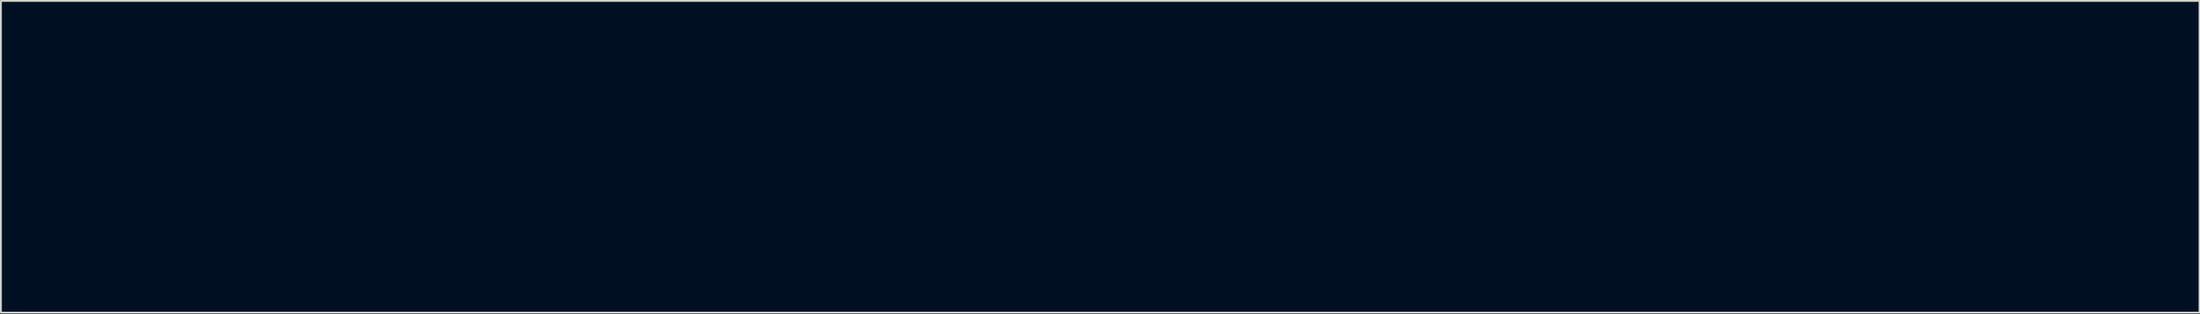
<source format=kicad_pcb>
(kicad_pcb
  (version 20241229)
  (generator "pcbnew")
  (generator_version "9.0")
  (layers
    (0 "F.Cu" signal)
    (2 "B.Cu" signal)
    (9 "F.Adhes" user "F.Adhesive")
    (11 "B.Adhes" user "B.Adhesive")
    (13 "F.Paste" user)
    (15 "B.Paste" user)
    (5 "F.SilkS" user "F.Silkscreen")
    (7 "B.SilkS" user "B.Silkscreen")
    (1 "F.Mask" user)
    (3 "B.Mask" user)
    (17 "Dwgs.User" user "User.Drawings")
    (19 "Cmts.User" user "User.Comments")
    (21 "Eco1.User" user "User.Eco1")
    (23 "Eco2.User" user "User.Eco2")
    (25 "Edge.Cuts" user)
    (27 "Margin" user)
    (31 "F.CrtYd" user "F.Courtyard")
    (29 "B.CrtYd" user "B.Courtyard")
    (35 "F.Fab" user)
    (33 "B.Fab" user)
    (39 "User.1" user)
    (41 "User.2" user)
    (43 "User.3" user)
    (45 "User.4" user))
  (footprint "logo_l_F_Mask"
    (layer "F.Cu")
    (at 56.219 7.537)
    (property "Reference" "logo_l_F_Mask" (at 0 0 0) (layer "F.Mask") (effects (font (size 1.524 1.524) (thickness 0.3))))
    (attr through_hole)
    (fp_poly (pts (xy -34.3 -3.297) (xy -33.848 -3.284) (xy -33.536 -3.263) (xy -33.377 -3.234) (xy -33.359 -3.217) (xy -33.431 -3.153) (xy -33.566 -3.133) (xy -33.907 -3.067) (xy -34.173 -2.889) (xy -34.288 -2.713) (xy -34.322 -2.54) (xy -34.346 -2.206) (xy -34.36 -1.71) (xy -34.363 -1.05) (xy -34.358 -0.32) (xy -34.348 0.391) (xy -34.335 0.952) (xy -34.314 1.381) (xy -34.279 1.698) (xy -34.226 1.92) (xy -34.149 2.067) (xy -34.045 2.159) (xy -33.907 2.213) (xy -33.731 2.248) (xy -33.683 2.256) (xy -33.434 2.306) (xy -33.348 2.351) (xy -33.42 2.389) (xy -33.642 2.42) (xy -34.01 2.441) (xy -34.516 2.453) (xy -34.883 2.455) (xy -35.369 2.451) (xy -35.792 2.441) (xy -36.123 2.424) (xy -36.337 2.404) (xy -36.407 2.382) (xy -36.332 2.322) (xy -36.148 2.267) (xy -36.098 2.258) (xy -35.829 2.171) (xy -35.599 2.029) (xy -35.59 2.021) (xy -35.391 1.833) (xy -35.391 -0.389) (xy -35.393 -0.991) (xy -35.398 -1.542) (xy -35.407 -2.018) (xy -35.417 -2.393) (xy -35.43 -2.646) (xy -35.443 -2.748) (xy -35.575 -2.904) (xy -35.809 -3.04) (xy -36.076 -3.122) (xy -36.191 -3.133) (xy -36.352 -3.161) (xy -36.407 -3.217) (xy -36.324 -3.25) (xy -36.083 -3.275) (xy -35.696 -3.292) (xy -35.174 -3.301) (xy -34.883 -3.302) (xy -34.3 -3.297)) (stroke (width 0.01) (type solid)) (fill yes) (layer "F.Mask"))
    (fp_poly (pts (xy 18.203 -4.633) (xy 18.13 -4.512) (xy 17.961 -4.381) (xy 17.682 -4.168) (xy 17.353 -3.844) (xy 17.007 -3.443) (xy 16.673 -3.004) (xy 16.383 -2.563) (xy 16.319 -2.452) (xy 16.178 -2.182) (xy 15.991 -1.796) (xy 15.771 -1.322) (xy 15.529 -0.788) (xy 15.278 -0.222) (xy 15.03 0.346) (xy 14.798 0.89) (xy 14.595 1.38) (xy 14.432 1.789) (xy 14.322 2.087) (xy 14.289 2.19) (xy 14.25 2.548) (xy 14.351 2.814) (xy 14.589 2.982) (xy 14.96 3.048) (xy 15.011 3.049) (xy 15.313 3.071) (xy 15.543 3.127) (xy 15.658 3.205) (xy 15.663 3.227) (xy 15.582 3.247) (xy 15.353 3.265) (xy 14.997 3.28) (xy 14.536 3.292) (xy 13.992 3.299) (xy 13.384 3.302) (xy 13.377 3.302) (xy 12.702 3.299) (xy 12.124 3.291) (xy 11.66 3.278) (xy 11.325 3.261) (xy 11.132 3.239) (xy 11.091 3.223) (xy 11.167 3.167) (xy 11.36 3.114) (xy 11.493 3.093) (xy 12.06 2.951) (xy 12.52 2.682) (xy 12.862 2.296) (xy 12.978 2.088) (xy 13.142 1.757) (xy 13.336 1.34) (xy 13.544 0.871) (xy 13.699 0.508) (xy 13.982 -0.162) (xy 14.218 -0.703) (xy 14.421 -1.143) (xy 14.604 -1.51) (xy 14.781 -1.833) (xy 14.967 -2.14) (xy 15.121 -2.379) (xy 15.584 -2.983) (xy 16.135 -3.544) (xy 16.74 -4.032) (xy 17.362 -4.421) (xy 17.965 -4.681) (xy 18.013 -4.696) (xy 18.166 -4.706) (xy 18.203 -4.633)) (stroke (width 0.01) (type solid)) (fill yes) (layer "F.Mask"))
    (fp_poly (pts (xy 46.141 -3.327) (xy 46.989 -3.149) (xy 47.729 -2.849) (xy 48.365 -2.424) (xy 48.612 -2.199) (xy 49.026 -1.685) (xy 49.275 -1.13) (xy 49.36 -0.54) (xy 49.278 0.083) (xy 49.181 0.389) (xy 48.871 0.982) (xy 48.418 1.486) (xy 47.82 1.904) (xy 47.077 2.234) (xy 47.021 2.253) (xy 46.698 2.354) (xy 46.398 2.423) (xy 46.07 2.467) (xy 45.663 2.494) (xy 45.254 2.507) (xy 44.544 2.508) (xy 43.98 2.471) (xy 43.603 2.409) (xy 42.896 2.19) (xy 42.258 1.877) (xy 41.717 1.486) (xy 41.298 1.036) (xy 41.104 0.72) (xy 40.987 0.354) (xy 40.93 -0.107) (xy 40.932 -0.55) (xy 42.207 -0.55) (xy 42.217 -0.127) (xy 42.253 0.186) (xy 42.324 0.449) (xy 42.402 0.635) (xy 42.752 1.201) (xy 43.227 1.658) (xy 43.811 1.994) (xy 44.054 2.085) (xy 44.394 2.153) (xy 44.84 2.183) (xy 45.336 2.177) (xy 45.828 2.139) (xy 46.261 2.069) (xy 46.571 1.974) (xy 47.135 1.645) (xy 47.558 1.222) (xy 47.841 0.705) (xy 47.985 0.091) (xy 48.005 -0.274) (xy 47.941 -0.988) (xy 47.744 -1.597) (xy 47.411 -2.108) (xy 46.941 -2.526) (xy 46.639 -2.709) (xy 46.362 -2.847) (xy 46.12 -2.935) (xy 45.853 -2.988) (xy 45.504 -3.019) (xy 45.296 -3.03) (xy 44.493 -3.009) (xy 43.803 -2.864) (xy 43.227 -2.593) (xy 42.764 -2.198) (xy 42.467 -1.778) (xy 42.34 -1.535) (xy 42.262 -1.326) (xy 42.222 -1.093) (xy 42.208 -0.781) (xy 42.207 -0.55) (xy 40.932 -0.55) (xy 40.932 -0.604) (xy 40.992 -1.075) (xy 41.108 -1.458) (xy 41.134 -1.511) (xy 41.531 -2.081) (xy 42.059 -2.553) (xy 42.712 -2.923) (xy 43.482 -3.188) (xy 44.359 -3.343) (xy 45.177 -3.385) (xy 46.141 -3.327)) (stroke (width 0.01) (type solid)) (fill yes) (layer "F.Mask"))
    (fp_poly (pts (xy 18.073 -5.901) (xy 19 -5.778) (xy 19.852 -5.563) (xy 20.604 -5.256) (xy 20.929 -5.069) (xy 21.455 -4.647) (xy 21.837 -4.16) (xy 22.077 -3.631) (xy 22.179 -3.079) (xy 22.145 -2.524) (xy 21.978 -1.987) (xy 21.682 -1.488) (xy 21.259 -1.048) (xy 20.712 -0.687) (xy 20.278 -0.499) (xy 19.91 -0.4) (xy 19.468 -0.33) (xy 18.982 -0.289) (xy 18.483 -0.275) (xy 18.002 -0.288) (xy 17.569 -0.327) (xy 17.214 -0.391) (xy 16.969 -0.48) (xy 16.867 -0.581) (xy 16.877 -0.651) (xy 16.998 -0.653) (xy 17.114 -0.63) (xy 17.338 -0.599) (xy 17.665 -0.578) (xy 18.03 -0.571) (xy 18.076 -0.571) (xy 18.821 -0.646) (xy 19.48 -0.854) (xy 20.041 -1.189) (xy 20.492 -1.644) (xy 20.69 -1.945) (xy 20.837 -2.233) (xy 20.915 -2.486) (xy 20.945 -2.781) (xy 20.948 -3.003) (xy 20.898 -3.542) (xy 20.739 -3.989) (xy 20.448 -4.396) (xy 20.264 -4.584) (xy 19.737 -4.974) (xy 19.085 -5.271) (xy 18.323 -5.473) (xy 17.471 -5.575) (xy 16.546 -5.574) (xy 15.566 -5.468) (xy 15.536 -5.463) (xy 14.541 -5.244) (xy 13.643 -4.93) (xy 12.855 -4.529) (xy 12.19 -4.048) (xy 11.66 -3.495) (xy 11.298 -2.921) (xy 11.11 -2.407) (xy 11.013 -1.85) (xy 11.01 -1.302) (xy 11.104 -0.816) (xy 11.175 -0.638) (xy 11.338 -0.37) (xy 11.531 -0.143) (xy 11.607 -0.079) (xy 11.811 0.091) (xy 11.864 0.199) (xy 11.775 0.236) (xy 11.553 0.199) (xy 11.311 0.121) (xy 10.804 -0.143) (xy 10.404 -0.516) (xy 10.224 -0.788) (xy 10.119 -1.031) (xy 10.06 -1.299) (xy 10.036 -1.654) (xy 10.035 -1.82) (xy 10.086 -2.435) (xy 10.253 -2.976) (xy 10.552 -3.478) (xy 10.99 -3.969) (xy 11.606 -4.468) (xy 12.35 -4.9) (xy 13.196 -5.26) (xy 14.119 -5.547) (xy 15.093 -5.757) (xy 16.094 -5.888) (xy 17.096 -5.937) (xy 18.073 -5.901)) (stroke (width 0.01) (type solid)) (fill yes) (layer "F.Mask"))
    (fp_poly (pts (xy -10.83 -3.32) (xy -10.073 -3.185) (xy -9.396 -2.982) (xy -9.025 -2.818) (xy -8.734 -2.624) (xy -8.405 -2.338) (xy -8.09 -2.012) (xy -7.842 -1.699) (xy -7.762 -1.568) (xy -7.632 -1.192) (xy -7.571 -0.722) (xy -7.578 -0.218) (xy -7.652 0.259) (xy -7.775 0.612) (xy -8.137 1.16) (xy -8.64 1.631) (xy -9.27 2.017) (xy -10.01 2.305) (xy -10.388 2.404) (xy -10.916 2.486) (xy -11.535 2.525) (xy -12.178 2.523) (xy -12.777 2.478) (xy -13.166 2.415) (xy -13.963 2.179) (xy -14.641 1.855) (xy -15.192 1.449) (xy -15.607 0.971) (xy -15.878 0.428) (xy -15.997 -0.171) (xy -16.002 -0.326) (xy -15.968 -0.595) (xy -14.682 -0.595) (xy -14.653 -0.09) (xy -14.57 0.365) (xy -14.535 0.48) (xy -14.265 1.015) (xy -13.86 1.48) (xy -13.348 1.851) (xy -12.759 2.101) (xy -12.668 2.125) (xy -12.469 2.153) (xy -12.153 2.17) (xy -11.773 2.176) (xy -11.557 2.173) (xy -11.122 2.155) (xy -10.8 2.119) (xy -10.538 2.055) (xy -10.281 1.953) (xy -10.245 1.936) (xy -9.693 1.607) (xy -9.286 1.195) (xy -9.018 0.691) (xy -8.884 0.087) (xy -8.865 -0.293) (xy -8.877 -0.704) (xy -8.922 -1.018) (xy -9.013 -1.303) (xy -9.076 -1.45) (xy -9.404 -2.018) (xy -9.815 -2.452) (xy -10.314 -2.769) (xy -10.534 -2.871) (xy -10.729 -2.939) (xy -10.943 -2.979) (xy -11.221 -2.999) (xy -11.606 -3.005) (xy -11.811 -3.006) (xy -12.267 -3.002) (xy -12.598 -2.985) (xy -12.847 -2.951) (xy -13.057 -2.893) (xy -13.268 -2.806) (xy -13.658 -2.573) (xy -14.033 -2.25) (xy -14.346 -1.884) (xy -14.552 -1.523) (xy -14.569 -1.477) (xy -14.654 -1.08) (xy -14.682 -0.595) (xy -15.968 -0.595) (xy -15.922 -0.969) (xy -15.688 -1.56) (xy -15.311 -2.089) (xy -14.804 -2.544) (xy -14.177 -2.915) (xy -13.441 -3.189) (xy -13.101 -3.272) (xy -12.392 -3.37) (xy -11.619 -3.384) (xy -10.83 -3.32)) (stroke (width 0.01) (type solid)) (fill yes) (layer "F.Mask"))
    (fp_poly (pts (xy -29.636 -3.298) (xy -29.137 -3.286) (xy -28.782 -3.267) (xy -28.579 -3.241) (xy -28.533 -3.217) (xy -28.606 -3.157) (xy -28.781 -3.133) (xy -29.185 -3.068) (xy -29.518 -2.891) (xy -29.578 -2.837) (xy -29.621 -2.777) (xy -29.654 -2.681) (xy -29.679 -2.528) (xy -29.697 -2.299) (xy -29.708 -1.973) (xy -29.715 -1.53) (xy -29.718 -0.951) (xy -29.718 -0.508) (xy -29.717 0.191) (xy -29.713 0.74) (xy -29.701 1.158) (xy -29.676 1.464) (xy -29.635 1.677) (xy -29.573 1.817) (xy -29.487 1.902) (xy -29.372 1.951) (xy -29.223 1.985) (xy -29.17 1.995) (xy -28.977 2.013) (xy -28.658 2.024) (xy -28.254 2.027) (xy -27.808 2.021) (xy -27.755 2.019) (xy -27.152 1.991) (xy -26.684 1.931) (xy -26.317 1.819) (xy -26.017 1.636) (xy -25.75 1.364) (xy -25.481 0.983) (xy -25.267 0.631) (xy -25.178 0.539) (xy -25.128 0.555) (xy -25.125 0.681) (xy -25.172 0.92) (xy -25.256 1.23) (xy -25.363 1.568) (xy -25.479 1.891) (xy -25.589 2.156) (xy -25.681 2.32) (xy -25.706 2.346) (xy -25.785 2.376) (xy -25.941 2.401) (xy -26.188 2.42) (xy -26.539 2.435) (xy -27.009 2.445) (xy -27.611 2.452) (xy -28.361 2.455) (xy -28.888 2.455) (xy -29.599 2.453) (xy -30.248 2.448) (xy -30.816 2.439) (xy -31.285 2.427) (xy -31.638 2.413) (xy -31.855 2.396) (xy -31.919 2.381) (xy -31.845 2.318) (xy -31.657 2.244) (xy -31.536 2.21) (xy -31.235 2.096) (xy -31.036 1.915) (xy -30.986 1.84) (xy -30.933 1.741) (xy -30.892 1.627) (xy -30.863 1.473) (xy -30.842 1.258) (xy -30.829 0.958) (xy -30.822 0.55) (xy -30.819 0.012) (xy -30.819 -0.439) (xy -30.822 -1.033) (xy -30.832 -1.573) (xy -30.847 -2.033) (xy -30.867 -2.387) (xy -30.89 -2.611) (xy -30.903 -2.666) (xy -31.055 -2.862) (xy -31.318 -3.024) (xy -31.632 -3.119) (xy -31.79 -3.133) (xy -31.95 -3.161) (xy -32.004 -3.217) (xy -31.921 -3.248) (xy -31.678 -3.272) (xy -31.285 -3.29) (xy -30.752 -3.3) (xy -30.268 -3.302) (xy -29.636 -3.298)) (stroke (width 0.01) (type solid)) (fill yes) (layer "F.Mask"))
    (fp_poly (pts (xy -21.873 -3.299) (xy -21.414 -3.289) (xy -21.043 -3.274) (xy -20.785 -3.256) (xy -20.664 -3.234) (xy -20.659 -3.228) (xy -20.734 -3.173) (xy -20.921 -3.122) (xy -21.001 -3.109) (xy -21.387 -3.015) (xy -21.637 -2.842) (xy -21.774 -2.572) (xy -21.802 -2.436) (xy -21.816 -2.245) (xy -21.827 -1.915) (xy -21.833 -1.478) (xy -21.835 -0.963) (xy -21.831 -0.401) (xy -21.828 -0.193) (xy -21.818 0.426) (xy -21.807 0.899) (xy -21.792 1.246) (xy -21.772 1.491) (xy -21.744 1.655) (xy -21.707 1.76) (xy -21.659 1.83) (xy -21.65 1.839) (xy -21.576 1.895) (xy -21.467 1.935) (xy -21.297 1.963) (xy -21.04 1.979) (xy -20.669 1.987) (xy -20.159 1.99) (xy -20.077 1.99) (xy -18.655 1.99) (xy -18.245 1.736) (xy -17.921 1.485) (xy -17.667 1.157) (xy -17.575 0.996) (xy -17.395 0.687) (xy -17.273 0.534) (xy -17.204 0.537) (xy -17.187 0.652) (xy -17.215 0.845) (xy -17.287 1.131) (xy -17.388 1.464) (xy -17.504 1.798) (xy -17.618 2.089) (xy -17.715 2.29) (xy -17.76 2.349) (xy -17.872 2.374) (xy -18.126 2.396) (xy -18.499 2.414) (xy -18.968 2.43) (xy -19.51 2.443) (xy -20.103 2.452) (xy -20.724 2.458) (xy -21.35 2.461) (xy -21.958 2.459) (xy -22.524 2.455) (xy -23.028 2.446) (xy -23.445 2.433) (xy -23.753 2.417) (xy -23.928 2.396) (xy -23.961 2.381) (xy -23.886 2.318) (xy -23.698 2.244) (xy -23.581 2.211) (xy -23.381 2.154) (xy -23.224 2.083) (xy -23.106 1.978) (xy -23.02 1.818) (xy -22.96 1.584) (xy -22.921 1.254) (xy -22.898 0.81) (xy -22.883 0.231) (xy -22.876 -0.262) (xy -22.868 -0.99) (xy -22.871 -1.567) (xy -22.887 -2.014) (xy -22.919 -2.35) (xy -22.97 -2.595) (xy -23.044 -2.767) (xy -23.144 -2.887) (xy -23.273 -2.974) (xy -23.318 -2.996) (xy -23.589 -3.09) (xy -23.855 -3.133) (xy -23.868 -3.133) (xy -24.05 -3.156) (xy -24.13 -3.214) (xy -24.13 -3.217) (xy -24.047 -3.248) (xy -23.804 -3.272) (xy -23.411 -3.29) (xy -22.878 -3.3) (xy -22.394 -3.302) (xy -21.873 -3.299)) (stroke (width 0.01) (type solid)) (fill yes) (layer "F.Mask"))
    (fp_poly (pts (xy 36.686 -3.338) (xy 37.094 -3.322) (xy 37.421 -3.289) (xy 37.711 -3.235) (xy 38.009 -3.156) (xy 38.021 -3.153) (xy 38.359 -3.061) (xy 38.661 -2.994) (xy 38.87 -2.964) (xy 38.889 -2.963) (xy 39.116 -2.963) (xy 39.116 -2.074) (xy 39.112 -1.709) (xy 39.102 -1.417) (xy 39.086 -1.232) (xy 39.073 -1.185) (xy 39.017 -1.256) (xy 38.92 -1.439) (xy 38.829 -1.63) (xy 38.509 -2.153) (xy 38.066 -2.564) (xy 37.634 -2.811) (xy 37.427 -2.896) (xy 37.221 -2.952) (xy 36.974 -2.985) (xy 36.643 -2.999) (xy 36.195 -3.002) (xy 35.726 -2.995) (xy 35.38 -2.975) (xy 35.108 -2.935) (xy 34.865 -2.869) (xy 34.674 -2.799) (xy 34.144 -2.515) (xy 33.688 -2.127) (xy 33.338 -1.669) (xy 33.142 -1.223) (xy 33.031 -0.562) (xy 33.079 0.073) (xy 33.276 0.661) (xy 33.61 1.183) (xy 34.073 1.616) (xy 34.654 1.94) (xy 34.707 1.961) (xy 35.167 2.085) (xy 35.725 2.152) (xy 36.322 2.161) (xy 36.899 2.112) (xy 37.395 2.005) (xy 37.529 1.959) (xy 38.012 1.718) (xy 38.463 1.404) (xy 38.836 1.054) (xy 39.05 0.763) (xy 39.203 0.527) (xy 39.312 0.429) (xy 39.365 0.475) (xy 39.369 0.529) (xy 39.34 0.69) (xy 39.266 0.955) (xy 39.166 1.271) (xy 39.055 1.586) (xy 38.952 1.846) (xy 38.906 1.943) (xy 38.773 2.118) (xy 38.563 2.254) (xy 38.258 2.355) (xy 37.84 2.427) (xy 37.29 2.474) (xy 36.59 2.5) (xy 36.576 2.5) (xy 36.105 2.507) (xy 35.68 2.508) (xy 35.337 2.503) (xy 35.11 2.493) (xy 35.052 2.487) (xy 34.654 2.397) (xy 34.215 2.277) (xy 33.79 2.145) (xy 33.436 2.017) (xy 33.256 1.938) (xy 32.862 1.684) (xy 32.469 1.341) (xy 32.131 0.96) (xy 31.904 0.606) (xy 31.788 0.312) (xy 31.729 -0.009) (xy 31.712 -0.423) (xy 31.759 -0.99) (xy 31.913 -1.468) (xy 32.195 -1.902) (xy 32.518 -2.241) (xy 33.02 -2.638) (xy 33.584 -2.94) (xy 34.232 -3.153) (xy 34.986 -3.284) (xy 35.867 -3.34) (xy 36.153 -3.343) (xy 36.686 -3.338)) (stroke (width 0.01) (type solid)) (fill yes) (layer "F.Mask"))
    (fp_poly (pts (xy 57.281 -3.267) (xy 57.26 -3.058) (xy 57.229 -2.758) (xy 57.211 -2.6) (xy 57.154 -2.207) (xy 57.09 -1.969) (xy 57.021 -1.888) (xy 56.95 -1.969) (xy 56.884 -2.206) (xy 56.775 -2.469) (xy 56.602 -2.687) (xy 56.518 -2.753) (xy 56.425 -2.802) (xy 56.299 -2.836) (xy 56.113 -2.858) (xy 55.842 -2.871) (xy 55.461 -2.877) (xy 54.945 -2.879) (xy 54.735 -2.879) (xy 54.167 -2.878) (xy 53.745 -2.873) (xy 53.446 -2.863) (xy 53.246 -2.845) (xy 53.122 -2.817) (xy 53.05 -2.777) (xy 53.008 -2.722) (xy 53.004 -2.715) (xy 52.968 -2.565) (xy 52.939 -2.289) (xy 52.921 -1.931) (xy 52.917 -1.657) (xy 52.917 -0.762) (xy 54.038 -0.762) (xy 54.629 -0.773) (xy 55.073 -0.81) (xy 55.394 -0.88) (xy 55.615 -0.991) (xy 55.756 -1.149) (xy 55.834 -1.333) (xy 55.91 -1.542) (xy 55.968 -1.592) (xy 56.01 -1.482) (xy 56.037 -1.208) (xy 56.049 -0.77) (xy 56.049 -0.593) (xy 56.043 -0.147) (xy 56.023 0.183) (xy 55.993 0.378) (xy 55.965 0.423) (xy 55.891 0.354) (xy 55.88 0.29) (xy 55.824 0.149) (xy 55.683 -0.038) (xy 55.633 -0.091) (xy 55.385 -0.339) (xy 52.917 -0.339) (xy 52.917 0.664) (xy 52.917 1.102) (xy 52.932 1.431) (xy 52.982 1.667) (xy 53.09 1.825) (xy 53.275 1.921) (xy 53.559 1.97) (xy 53.963 1.988) (xy 54.509 1.99) (xy 54.725 1.99) (xy 55.26 1.988) (xy 55.656 1.982) (xy 55.943 1.967) (xy 56.151 1.941) (xy 56.311 1.899) (xy 56.453 1.84) (xy 56.543 1.794) (xy 56.92 1.503) (xy 57.169 1.18) (xy 57.321 0.955) (xy 57.445 0.803) (xy 57.501 0.762) (xy 57.545 0.766) (xy 57.563 0.797) (xy 57.55 0.887) (xy 57.5 1.066) (xy 57.407 1.364) (xy 57.359 1.517) (xy 57.208 1.931) (xy 57.06 2.213) (xy 56.959 2.325) (xy 56.888 2.361) (xy 56.776 2.389) (xy 56.605 2.411) (xy 56.358 2.428) (xy 56.019 2.44) (xy 55.57 2.448) (xy 54.996 2.453) (xy 54.279 2.455) (xy 53.787 2.455) (xy 52.908 2.453) (xy 52.176 2.446) (xy 51.594 2.434) (xy 51.169 2.418) (xy 50.903 2.398) (xy 50.801 2.374) (xy 50.8 2.371) (xy 50.873 2.307) (xy 51.016 2.286) (xy 51.276 2.24) (xy 51.534 2.123) (xy 51.72 1.972) (xy 51.763 1.901) (xy 51.777 1.783) (xy 51.79 1.518) (xy 51.801 1.132) (xy 51.809 0.648) (xy 51.814 0.089) (xy 51.816 -0.509) (xy 51.816 -2.782) (xy 51.593 -2.957) (xy 51.334 -3.088) (xy 51.085 -3.133) (xy 50.894 -3.154) (xy 50.801 -3.205) (xy 50.8 -3.213) (xy 50.882 -3.229) (xy 51.116 -3.246) (xy 51.484 -3.263) (xy 51.97 -3.279) (xy 52.555 -3.294) (xy 53.224 -3.307) (xy 53.957 -3.319) (xy 54.739 -3.329) (xy 55.551 -3.337) (xy 56.377 -3.342) (xy 57.198 -3.344) (xy 57.285 -3.344) (xy 57.281 -3.267)) (stroke (width 0.01) (type solid)) (fill yes) (layer "F.Mask"))
    (fp_poly (pts (xy 29.592 -3.331) (xy 29.85 -3.329) (xy 29.96 -3.326) (xy 29.963 -3.325) (xy 29.969 -3.239) (xy 29.958 -3.024) (xy 29.932 -2.723) (xy 29.92 -2.612) (xy 29.865 -2.235) (xy 29.801 -1.992) (xy 29.732 -1.891) (xy 29.666 -1.943) (xy 29.609 -2.153) (xy 29.604 -2.184) (xy 29.563 -2.39) (xy 29.502 -2.547) (xy 29.399 -2.663) (xy 29.232 -2.745) (xy 28.981 -2.798) (xy 28.623 -2.831) (xy 28.139 -2.85) (xy 27.522 -2.862) (xy 26.944 -2.87) (xy 26.511 -2.871) (xy 26.201 -2.865) (xy 25.991 -2.849) (xy 25.856 -2.823) (xy 25.774 -2.784) (xy 25.732 -2.744) (xy 25.671 -2.61) (xy 25.633 -2.37) (xy 25.615 -1.998) (xy 25.612 -1.702) (xy 25.612 -0.804) (xy 28.124 -0.804) (xy 28.37 -1.081) (xy 28.523 -1.279) (xy 28.61 -1.444) (xy 28.617 -1.483) (xy 28.663 -1.595) (xy 28.702 -1.609) (xy 28.739 -1.527) (xy 28.767 -1.296) (xy 28.783 -0.935) (xy 28.787 -0.593) (xy 28.78 -0.159) (xy 28.761 0.17) (xy 28.733 0.37) (xy 28.704 0.423) (xy 28.623 0.351) (xy 28.567 0.21) (xy 28.462 0.004) (xy 28.3 -0.171) (xy 28.201 -0.237) (xy 28.078 -0.283) (xy 27.902 -0.313) (xy 27.642 -0.33) (xy 27.269 -0.337) (xy 26.828 -0.339) (xy 25.569 -0.339) (xy 25.57 0.445) (xy 25.582 0.985) (xy 25.624 1.38) (xy 25.702 1.655) (xy 25.823 1.832) (xy 25.994 1.935) (xy 26.007 1.94) (xy 26.245 1.987) (xy 26.608 2.018) (xy 27.054 2.032) (xy 27.538 2.03) (xy 28.019 2.014) (xy 28.452 1.982) (xy 28.796 1.936) (xy 28.931 1.905) (xy 29.356 1.701) (xy 29.752 1.348) (xy 30.069 0.931) (xy 30.178 0.795) (xy 30.248 0.761) (xy 30.249 0.762) (xy 30.256 0.872) (xy 30.209 1.092) (xy 30.123 1.379) (xy 30.014 1.689) (xy 29.897 1.977) (xy 29.787 2.2) (xy 29.709 2.307) (xy 29.649 2.347) (xy 29.564 2.378) (xy 29.436 2.403) (xy 29.248 2.422) (xy 28.982 2.436) (xy 28.621 2.445) (xy 28.148 2.451) (xy 27.546 2.454) (xy 26.797 2.455) (xy 26.534 2.455) (xy 25.84 2.453) (xy 25.203 2.448) (xy 24.643 2.439) (xy 24.176 2.427) (xy 23.824 2.413) (xy 23.605 2.397) (xy 23.537 2.381) (xy 23.612 2.323) (xy 23.799 2.268) (xy 23.877 2.253) (xy 24.141 2.176) (xy 24.357 2.056) (xy 24.385 2.031) (xy 24.436 1.972) (xy 24.475 1.896) (xy 24.504 1.783) (xy 24.525 1.611) (xy 24.539 1.36) (xy 24.548 1.011) (xy 24.552 0.543) (xy 24.553 -0.064) (xy 24.553 -0.414) (xy 24.553 -1.146) (xy 24.547 -1.726) (xy 24.533 -2.174) (xy 24.505 -2.507) (xy 24.459 -2.744) (xy 24.39 -2.903) (xy 24.295 -3.001) (xy 24.169 -3.058) (xy 24.007 -3.091) (xy 23.896 -3.107) (xy 23.643 -3.148) (xy 23.536 -3.184) (xy 23.579 -3.216) (xy 23.774 -3.243) (xy 24.124 -3.266) (xy 24.633 -3.285) (xy 25.303 -3.301) (xy 26.138 -3.313) (xy 26.733 -3.318) (xy 27.452 -3.324) (xy 28.116 -3.328) (xy 28.706 -3.33) (xy 29.205 -3.331) (xy 29.592 -3.331)) (stroke (width 0.01) (type solid)) (fill yes) (layer "F.Mask"))
    (fp_poly (pts (xy 4.011 -3.297) (xy 4.425 -3.282) (xy 4.699 -3.258) (xy 4.821 -3.226) (xy 4.826 -3.217) (xy 4.753 -3.154) (xy 4.61 -3.133) (xy 4.263 -3.056) (xy 3.923 -2.844) (xy 3.696 -2.604) (xy 3.607 -2.459) (xy 3.457 -2.183) (xy 3.256 -1.797) (xy 3.015 -1.323) (xy 2.746 -0.783) (xy 2.459 -0.197) (xy 2.364 0) (xy 2.03 0.69) (xy 1.762 1.243) (xy 1.551 1.673) (xy 1.388 1.996) (xy 1.266 2.228) (xy 1.177 2.383) (xy 1.112 2.476) (xy 1.063 2.523) (xy 1.023 2.539) (xy 1.005 2.54) (xy 0.949 2.467) (xy 0.829 2.263) (xy 0.656 1.947) (xy 0.441 1.541) (xy 0.195 1.063) (xy -0.021 0.634) (xy -0.972 -1.271) (xy -1.926 0.634) (xy -2.189 1.155) (xy -2.431 1.621) (xy -2.641 2.012) (xy -2.807 2.309) (xy -2.919 2.491) (xy -2.962 2.54) (xy -3.054 2.472) (xy -3.162 2.309) (xy -3.163 2.307) (xy -3.229 2.172) (xy -3.357 1.905) (xy -3.536 1.529) (xy -3.755 1.065) (xy -4.005 0.537) (xy -4.274 -0.034) (xy -4.309 -0.109) (xy -4.585 -0.691) (xy -4.848 -1.237) (xy -5.087 -1.726) (xy -5.29 -2.132) (xy -5.447 -2.434) (xy -5.544 -2.607) (xy -5.55 -2.616) (xy -5.835 -2.936) (xy -6.172 -3.102) (xy -6.439 -3.133) (xy -6.615 -3.158) (xy -6.689 -3.217) (xy -6.606 -3.249) (xy -6.364 -3.274) (xy -5.975 -3.291) (xy -5.447 -3.3) (xy -5.08 -3.302) (xy -4.477 -3.298) (xy -4.006 -3.285) (xy -3.677 -3.264) (xy -3.5 -3.237) (xy -3.471 -3.217) (xy -3.545 -3.16) (xy -3.726 -3.133) (xy -3.749 -3.133) (xy -4.022 -3.087) (xy -4.252 -2.969) (xy -4.387 -2.812) (xy -4.403 -2.737) (xy -4.369 -2.622) (xy -4.275 -2.388) (xy -4.133 -2.061) (xy -3.954 -1.664) (xy -3.751 -1.222) (xy -3.535 -0.761) (xy -3.317 -0.304) (xy -3.11 0.122) (xy -2.925 0.493) (xy -2.774 0.786) (xy -2.669 0.973) (xy -2.621 1.032) (xy -2.621 1.031) (xy -2.571 0.94) (xy -2.46 0.721) (xy -2.302 0.4) (xy -2.108 0.003) (xy -1.91 -0.407) (xy -1.246 -1.788) (xy -1.445 -2.213) (xy -1.656 -2.57) (xy -1.912 -2.864) (xy -2.179 -3.062) (xy -2.416 -3.133) (xy -2.574 -3.162) (xy -2.625 -3.217) (xy -2.542 -3.25) (xy -2.301 -3.275) (xy -1.914 -3.292) (xy -1.392 -3.301) (xy -1.096 -3.302) (xy -0.492 -3.297) (xy -0.042 -3.284) (xy 0.249 -3.262) (xy 0.377 -3.232) (xy 0.381 -3.217) (xy 0.268 -3.159) (xy 0.065 -3.133) (xy 0.05 -3.133) (xy -0.217 -3.076) (xy -0.407 -2.931) (xy -0.483 -2.733) (xy -0.468 -2.633) (xy -0.406 -2.478) (xy -0.287 -2.214) (xy -0.123 -1.864) (xy 0.074 -1.455) (xy 0.29 -1.011) (xy 0.515 -0.558) (xy 0.734 -0.12) (xy 0.936 0.277) (xy 1.109 0.609) (xy 1.239 0.85) (xy 1.315 0.975) (xy 1.328 0.986) (xy 1.375 0.9) (xy 1.484 0.684) (xy 1.643 0.36) (xy 1.84 -0.05) (xy 2.066 -0.522) (xy 2.167 -0.735) (xy 2.449 -1.342) (xy 2.676 -1.858) (xy 2.841 -2.267) (xy 2.938 -2.554) (xy 2.963 -2.685) (xy 2.904 -2.935) (xy 2.721 -3.081) (xy 2.403 -3.132) (xy 2.376 -3.133) (xy 2.195 -3.157) (xy 2.117 -3.215) (xy 2.117 -3.217) (xy 2.199 -3.251) (xy 2.437 -3.277) (xy 2.818 -3.294) (xy 3.328 -3.302) (xy 3.471 -3.302) (xy 4.011 -3.297)) (stroke (width 0.01) (type solid)) (fill yes) (layer "F.Mask"))
    (fp_poly (pts (xy -38.042 -7.495) (xy -37.706 -7.403) (xy -37.524 -7.307) (xy -37.236 -7.053) (xy -37.061 -6.783) (xy -36.976 -6.447) (xy -36.957 -6.068) (xy -36.968 -5.727) (xy -37.013 -5.45) (xy -37.109 -5.164) (xy -37.266 -4.815) (xy -37.578 -4.23) (xy -38.005 -3.539) (xy -38.54 -2.751) (xy -39.177 -1.878) (xy -39.312 -1.699) (xy -39.567 -1.367) (xy -39.884 -0.96) (xy -40.249 -0.496) (xy -40.648 0.008) (xy -41.066 0.533) (xy -41.489 1.062) (xy -41.903 1.578) (xy -42.294 2.063) (xy -42.647 2.498) (xy -42.949 2.866) (xy -43.185 3.151) (xy -43.341 3.333) (xy -43.397 3.391) (xy -43.546 3.449) (xy -43.608 3.416) (xy -43.637 3.317) (xy -43.684 3.068) (xy -43.747 2.688) (xy -43.823 2.198) (xy -43.909 1.614) (xy -44.001 0.956) (xy -44.098 0.244) (xy -44.114 0.122) (xy -44.209 -0.596) (xy -44.298 -1.262) (xy -44.378 -1.855) (xy -44.446 -2.358) (xy -44.5 -2.752) (xy -44.538 -3.019) (xy -44.556 -3.139) (xy -44.558 -3.144) (xy -44.609 -3.088) (xy -44.747 -2.908) (xy -44.964 -2.616) (xy -45.247 -2.226) (xy -45.589 -1.753) (xy -45.978 -1.209) (xy -46.406 -0.609) (xy -46.736 -0.143) (xy -47.317 0.679) (xy -47.809 1.372) (xy -48.219 1.947) (xy -48.556 2.412) (xy -48.827 2.778) (xy -49.04 3.054) (xy -49.203 3.25) (xy -49.324 3.376) (xy -49.411 3.442) (xy -49.472 3.457) (xy -49.515 3.431) (xy -49.548 3.374) (xy -49.565 3.333) (xy -49.586 3.218) (xy -49.622 2.955) (xy -49.67 2.565) (xy -49.728 2.069) (xy -49.793 1.488) (xy -49.863 0.842) (xy -49.914 0.362) (xy -50.017 -0.603) (xy -50.109 -1.417) (xy -50.194 -2.095) (xy -50.273 -2.656) (xy -50.35 -3.114) (xy -50.427 -3.489) (xy -50.506 -3.796) (xy -50.591 -4.052) (xy -50.609 -4.099) (xy -50.9 -4.683) (xy -51.262 -5.117) (xy -51.709 -5.411) (xy -52.254 -5.572) (xy -52.79 -5.613) (xy -53.429 -5.561) (xy -53.965 -5.397) (xy -54.43 -5.107) (xy -54.722 -4.833) (xy -55.037 -4.432) (xy -55.227 -4.013) (xy -55.312 -3.525) (xy -55.321 -3.217) (xy -55.272 -2.701) (xy -55.118 -2.285) (xy -54.84 -1.924) (xy -54.711 -1.804) (xy -54.54 -1.641) (xy -54.448 -1.524) (xy -54.444 -1.493) (xy -54.556 -1.485) (xy -54.768 -1.543) (xy -55.033 -1.648) (xy -55.305 -1.779) (xy -55.536 -1.917) (xy -55.641 -1.999) (xy -55.969 -2.415) (xy -56.159 -2.899) (xy -56.214 -3.42) (xy -56.136 -3.948) (xy -55.925 -4.454) (xy -55.583 -4.908) (xy -55.475 -5.012) (xy -54.934 -5.414) (xy -54.325 -5.698) (xy -53.615 -5.875) (xy -53.298 -5.92) (xy -52.434 -5.948) (xy -51.653 -5.83) (xy -50.96 -5.569) (xy -50.361 -5.17) (xy -49.86 -4.636) (xy -49.464 -3.97) (xy -49.178 -3.176) (xy -49.155 -3.09) (xy -49.078 -2.738) (xy -49.007 -2.313) (xy -48.94 -1.794) (xy -48.873 -1.161) (xy -48.806 -0.392) (xy -48.762 0.169) (xy -48.723 0.625) (xy -48.684 1.021) (xy -48.647 1.326) (xy -48.615 1.51) (xy -48.602 1.548) (xy -48.543 1.495) (xy -48.396 1.315) (xy -48.172 1.023) (xy -47.879 0.631) (xy -47.528 0.153) (xy -47.128 -0.399) (xy -46.689 -1.012) (xy -46.22 -1.673) (xy -46.178 -1.732) (xy -45.706 -2.398) (xy -45.261 -3.021) (xy -44.853 -3.585) (xy -44.493 -4.079) (xy -44.189 -4.489) (xy -43.953 -4.801) (xy -43.793 -5.002) (xy -43.72 -5.079) (xy -43.719 -5.079) (xy -43.687 -5.076) (xy -43.66 -5.056) (xy -43.633 -5.005) (xy -43.604 -4.908) (xy -43.572 -4.75) (xy -43.534 -4.516) (xy -43.488 -4.192) (xy -43.431 -3.764) (xy -43.36 -3.215) (xy -43.275 -2.532) (xy -43.171 -1.699) (xy -43.139 -1.439) (xy -43.051 -0.731) (xy -42.969 -0.073) (xy -42.895 0.515) (xy -42.832 1.013) (xy -42.783 1.402) (xy -42.749 1.663) (xy -42.734 1.775) (xy -42.734 1.776) (xy -42.68 1.749) (xy -42.539 1.604) (xy -42.326 1.356) (xy -42.054 1.023) (xy -41.735 0.622) (xy -41.384 0.172) (xy -41.015 -0.312) (xy -40.639 -0.811) (xy -40.272 -1.308) (xy -39.926 -1.786) (xy -39.615 -2.228) (xy -39.513 -2.377) (xy -39.104 -3.001) (xy -38.73 -3.621) (xy -38.408 -4.207) (xy -38.152 -4.729) (xy -37.979 -5.159) (xy -37.938 -5.292) (xy -37.874 -5.651) (xy -37.85 -6.054) (xy -37.867 -6.433) (xy -37.926 -6.718) (xy -37.927 -6.722) (xy -38.109 -7.028) (xy -38.363 -7.224) (xy -38.603 -7.281) (xy -38.813 -7.31) (xy -38.902 -7.377) (xy -38.851 -7.456) (xy -38.733 -7.501) (xy -38.41 -7.532) (xy -38.042 -7.495)) (stroke (width 0.01) (type solid)) (fill yes) (layer "F.Mask")))
  (gr_rect
    (start -3 -3)
    (end 116.787 13.999)
    (stroke (width 0.1) (type default))
    (fill no)
    (layer "Edge.Cuts")))
</source>
